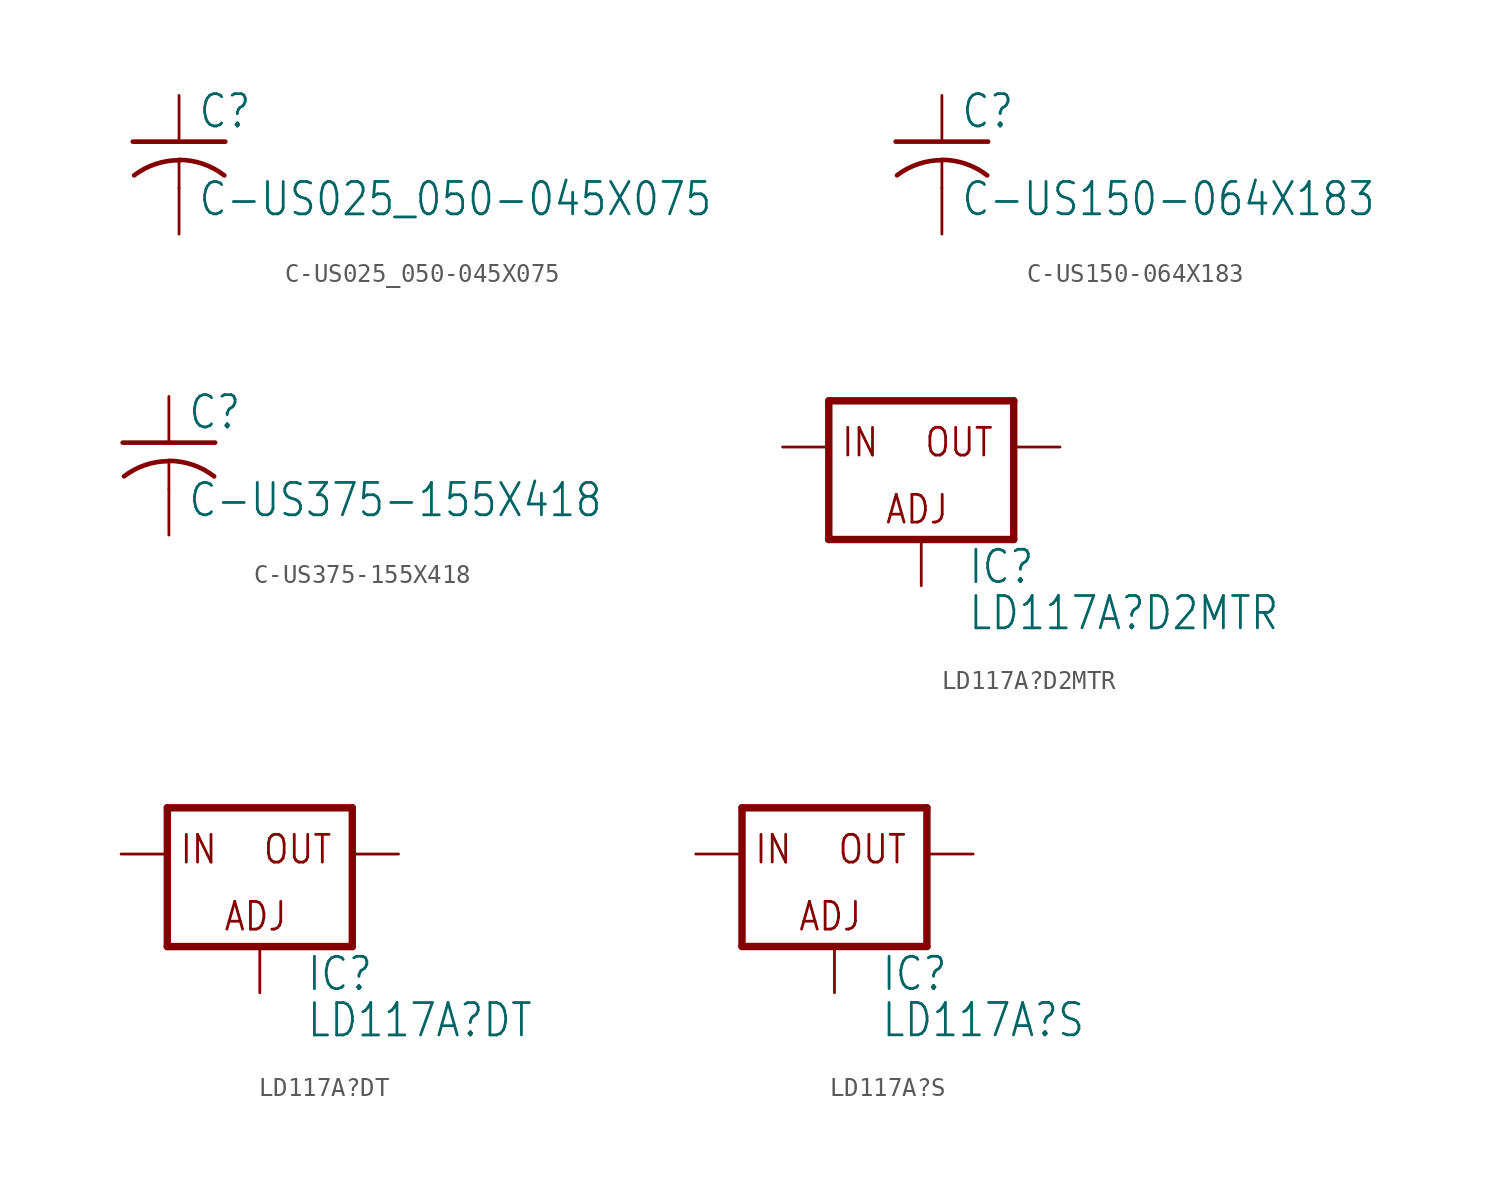
<source format=kicad_sym>
(kicad_symbol_lib
  (version 20211014)
  (generator kicad_symbol_editor)
  (symbol "C-US025_050-045X075"
    (property "Reference" "C"
      (at 1.016 0.635 0)
      (effects (font (size 1.778 1.511)) (justify left bottom)))
    (property "Value" "C-US025_050-045X075"
      (at 1.016 -4.191 0)
      (effects (font (size 1.778 1.511)) (justify left bottom)))
    (property "ki_locked" ""
      (at 0 0 0)
      (effects (font (size 1.27 1.27))))
    (symbol "C-US025_050-045X075_1_0"
      (arc (start 0 -1.0161) (mid -1.302 -1.2303) (end -2.4668 -1.8504) (stroke (width 0.254) (type default) (color 0 0 0 0)) (fill (type none)))
      (polyline (pts (xy -2.54 0) (xy 2.54 0)) (stroke (width 0.254) (type default) (color 0 0 0 0)) (fill (type none)))
      (polyline (pts (xy 0 -1.016) (xy 0 -2.54)) (stroke (width 0.152) (type default) (color 0 0 0 0)) (fill (type none)))
      (arc (start 2.4892 -1.8542) (mid 1.3158 -1.2195) (end 0 -1) (stroke (width 0.254) (type default) (color 0 0 0 0)) (fill (type none)))
      (pin passive line (at 0 2.54 270) (length 2.54) (name "1" (effects (font (size 0 0)))) (number "1" (effects (font (size 0 0)))))
      (pin passive line (at 0 -5.08 90) (length 2.54) (name "2" (effects (font (size 0 0)))) (number "2" (effects (font (size 0 0)))))))
  (symbol "C-US150-064X183"
    (property "Reference" "C"
      (at 1.016 0.635 0)
      (effects (font (size 1.778 1.511)) (justify left bottom)))
    (property "Value" "C-US150-064X183"
      (at 1.016 -4.191 0)
      (effects (font (size 1.778 1.511)) (justify left bottom)))
    (property "ki_locked" ""
      (at 0 0 0)
      (effects (font (size 1.27 1.27))))
    (symbol "C-US150-064X183_1_0"
      (arc (start 0 -1.0161) (mid -1.302 -1.2303) (end -2.4668 -1.8504) (stroke (width 0.254) (type default) (color 0 0 0 0)) (fill (type none)))
      (polyline (pts (xy -2.54 0) (xy 2.54 0)) (stroke (width 0.254) (type default) (color 0 0 0 0)) (fill (type none)))
      (polyline (pts (xy 0 -1.016) (xy 0 -2.54)) (stroke (width 0.152) (type default) (color 0 0 0 0)) (fill (type none)))
      (arc (start 2.4892 -1.8542) (mid 1.3158 -1.2195) (end 0 -1) (stroke (width 0.254) (type default) (color 0 0 0 0)) (fill (type none)))
      (pin passive line (at 0 2.54 270) (length 2.54) (name "1" (effects (font (size 0 0)))) (number "1" (effects (font (size 0 0)))))
      (pin passive line (at 0 -5.08 90) (length 2.54) (name "2" (effects (font (size 0 0)))) (number "2" (effects (font (size 0 0)))))))
  (symbol "C-US375-155X418"
    (property "Reference" "C"
      (at 1.016 0.635 0)
      (effects (font (size 1.778 1.511)) (justify left bottom)))
    (property "Value" "C-US375-155X418"
      (at 1.016 -4.191 0)
      (effects (font (size 1.778 1.511)) (justify left bottom)))
    (property "ki_locked" ""
      (at 0 0 0)
      (effects (font (size 1.27 1.27))))
    (symbol "C-US375-155X418_1_0"
      (arc (start 0 -1.0161) (mid -1.302 -1.2303) (end -2.4668 -1.8504) (stroke (width 0.254) (type default) (color 0 0 0 0)) (fill (type none)))
      (polyline (pts (xy -2.54 0) (xy 2.54 0)) (stroke (width 0.254) (type default) (color 0 0 0 0)) (fill (type none)))
      (polyline (pts (xy 0 -1.016) (xy 0 -2.54)) (stroke (width 0.152) (type default) (color 0 0 0 0)) (fill (type none)))
      (arc (start 2.4892 -1.8542) (mid 1.3158 -1.2195) (end 0 -1) (stroke (width 0.254) (type default) (color 0 0 0 0)) (fill (type none)))
      (pin passive line (at 0 2.54 270) (length 2.54) (name "1" (effects (font (size 0 0)))) (number "1" (effects (font (size 0 0)))))
      (pin passive line (at 0 -5.08 90) (length 2.54) (name "2" (effects (font (size 0 0)))) (number "2" (effects (font (size 0 0)))))))
  (symbol "LD117A?D2MTR"
    (property "Reference" "IC"
      (at 2.54 -7.62 0)
      (effects (font (size 1.778 1.511)) (justify left bottom)))
    (property "Value" "LD117A?D2MTR"
      (at 2.54 -10.16 0)
      (effects (font (size 1.778 1.511)) (justify left bottom)))
    (property "ki_locked" ""
      (at 0 0 0)
      (effects (font (size 1.27 1.27))))
    (symbol "LD117A?D2MTR_1_0"
      (polyline (pts (xy -5.08 -5.08) (xy 5.08 -5.08)) (stroke (width 0.406) (type default) (color 0 0 0 0)) (fill (type none)))
      (polyline (pts (xy -5.08 2.54) (xy -5.08 -5.08)) (stroke (width 0.406) (type default) (color 0 0 0 0)) (fill (type none)))
      (polyline (pts (xy 5.08 -5.08) (xy 5.08 2.54)) (stroke (width 0.406) (type default) (color 0 0 0 0)) (fill (type none)))
      (polyline (pts (xy 5.08 2.54) (xy -5.08 2.54)) (stroke (width 0.406) (type default) (color 0 0 0 0)) (fill (type none)))
      (text "ADJ" (at -2.032 -4.318 0) (effects (font (size 1.524 1.295)) (justify left bottom)))
      (text "IN" (at -4.445 -0.635 0) (effects (font (size 1.524 1.295)) (justify left bottom)))
      (text "OUT" (at 0.127 -0.635 0) (effects (font (size 1.524 1.295)) (justify left bottom)))
      (pin input line (at 0 -7.62 90) (length 2.54) (name "ADJ" (effects (font (size 0 0)))) (number "1" (effects (font (size 0 0)))))
      (pin passive line (at 7.62 0 180) (length 2.54) (name "OUT" (effects (font (size 0 0)))) (number "2" (effects (font (size 0 0)))))
      (pin input line (at -7.62 0 0) (length 2.54) (name "IN" (effects (font (size 0 0)))) (number "3" (effects (font (size 0 0)))))))
  (symbol "LD117A?DT"
    (property "Reference" "IC"
      (at 2.54 -7.62 0)
      (effects (font (size 1.778 1.511)) (justify left bottom)))
    (property "Value" "LD117A?DT"
      (at 2.54 -10.16 0)
      (effects (font (size 1.778 1.511)) (justify left bottom)))
    (property "ki_locked" ""
      (at 0 0 0)
      (effects (font (size 1.27 1.27))))
    (symbol "LD117A?DT_1_0"
      (polyline (pts (xy -5.08 -5.08) (xy 5.08 -5.08)) (stroke (width 0.406) (type default) (color 0 0 0 0)) (fill (type none)))
      (polyline (pts (xy -5.08 2.54) (xy -5.08 -5.08)) (stroke (width 0.406) (type default) (color 0 0 0 0)) (fill (type none)))
      (polyline (pts (xy 5.08 -5.08) (xy 5.08 2.54)) (stroke (width 0.406) (type default) (color 0 0 0 0)) (fill (type none)))
      (polyline (pts (xy 5.08 2.54) (xy -5.08 2.54)) (stroke (width 0.406) (type default) (color 0 0 0 0)) (fill (type none)))
      (text "ADJ" (at -2.032 -4.318 0) (effects (font (size 1.524 1.295)) (justify left bottom)))
      (text "IN" (at -4.445 -0.635 0) (effects (font (size 1.524 1.295)) (justify left bottom)))
      (text "OUT" (at 0.127 -0.635 0) (effects (font (size 1.524 1.295)) (justify left bottom)))
      (pin input line (at 0 -7.62 90) (length 2.54) (name "ADJ" (effects (font (size 0 0)))) (number "1" (effects (font (size 0 0)))))
      (pin input line (at -7.62 0 0) (length 2.54) (name "IN" (effects (font (size 0 0)))) (number "3" (effects (font (size 0 0)))))
      (pin passive line (at 7.62 0 180) (length 2.54) (name "OUT" (effects (font (size 0 0)))) (number "4" (effects (font (size 0 0)))))))
  (symbol "LD117A?S"
    (property "Reference" "IC"
      (at 2.54 -7.62 0)
      (effects (font (size 1.778 1.511)) (justify left bottom)))
    (property "Value" "LD117A?S"
      (at 2.54 -10.16 0)
      (effects (font (size 1.778 1.511)) (justify left bottom)))
    (property "ki_locked" ""
      (at 0 0 0)
      (effects (font (size 1.27 1.27))))
    (symbol "LD117A?S_1_0"
      (polyline (pts (xy -5.08 -5.08) (xy 5.08 -5.08)) (stroke (width 0.406) (type default) (color 0 0 0 0)) (fill (type none)))
      (polyline (pts (xy -5.08 2.54) (xy -5.08 -5.08)) (stroke (width 0.406) (type default) (color 0 0 0 0)) (fill (type none)))
      (polyline (pts (xy 5.08 -5.08) (xy 5.08 2.54)) (stroke (width 0.406) (type default) (color 0 0 0 0)) (fill (type none)))
      (polyline (pts (xy 5.08 2.54) (xy -5.08 2.54)) (stroke (width 0.406) (type default) (color 0 0 0 0)) (fill (type none)))
      (text "ADJ" (at -2.032 -4.318 0) (effects (font (size 1.524 1.295)) (justify left bottom)))
      (text "IN" (at -4.445 -0.635 0) (effects (font (size 1.524 1.295)) (justify left bottom)))
      (text "OUT" (at 0.127 -0.635 0) (effects (font (size 1.524 1.295)) (justify left bottom)))
      (pin input line (at 0 -7.62 90) (length 2.54) (name "ADJ" (effects (font (size 0 0)))) (number "1" (effects (font (size 0 0)))))
      (pin input line (at -7.62 0 0) (length 2.54) (name "IN" (effects (font (size 0 0)))) (number "3" (effects (font (size 0 0)))))
      (pin passive line (at 7.62 0 180) (length 2.54) (name "OUT" (effects (font (size 0 0)))) (number "4" (effects (font (size 0 0))))))))
</source>
